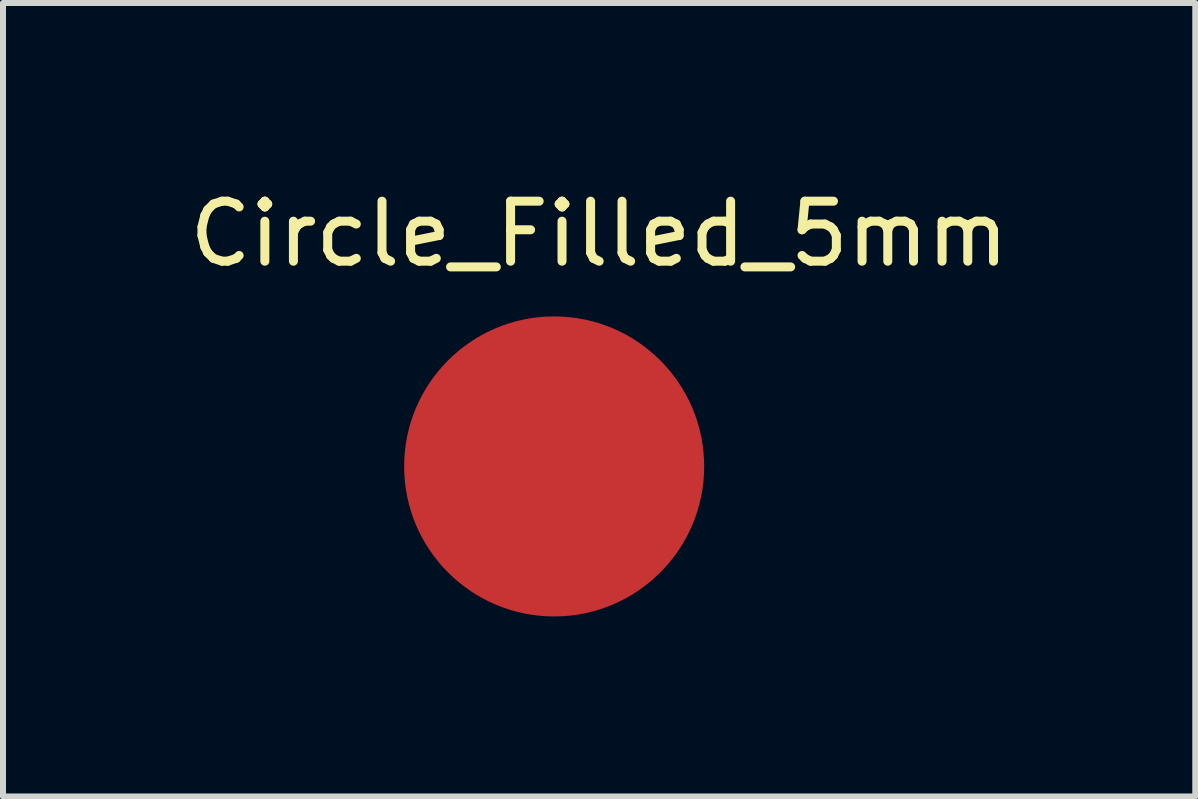
<source format=kicad_pcb>
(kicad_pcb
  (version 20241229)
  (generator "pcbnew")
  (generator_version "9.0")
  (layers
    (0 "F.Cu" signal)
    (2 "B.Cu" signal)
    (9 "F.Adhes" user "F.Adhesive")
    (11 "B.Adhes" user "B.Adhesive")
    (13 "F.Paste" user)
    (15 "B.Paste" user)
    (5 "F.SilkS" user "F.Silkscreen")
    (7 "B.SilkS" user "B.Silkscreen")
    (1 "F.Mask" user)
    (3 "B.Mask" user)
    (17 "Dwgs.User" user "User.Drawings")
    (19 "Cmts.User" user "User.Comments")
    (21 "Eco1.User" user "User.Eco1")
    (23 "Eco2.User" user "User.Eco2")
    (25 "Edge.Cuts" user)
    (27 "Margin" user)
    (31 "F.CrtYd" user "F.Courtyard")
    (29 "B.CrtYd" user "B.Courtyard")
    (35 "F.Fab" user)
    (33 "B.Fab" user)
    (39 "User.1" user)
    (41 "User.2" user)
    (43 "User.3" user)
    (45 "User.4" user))
  (footprint "Circle_Filled_5mm"
    (layer "F.Cu")
    (at 6.935 0.348)
    (property "Reference" "Circle_Filled_5mm" (at 0 0.5 0) (layer "F.SilkS") (effects (font (size 1 1) (thickness 0.15))))
    (attr through_hole)
    (pad "1" connect circle (at -0.75 4.375) (size 5 5) (layers "F.Cu" "F.Mask")))
  (gr_rect
    (start -3 -3)
    (end 16.869 10.223)
    (stroke (width 0.1) (type default))
    (fill no)
    (layer "Edge.Cuts")))
</source>
